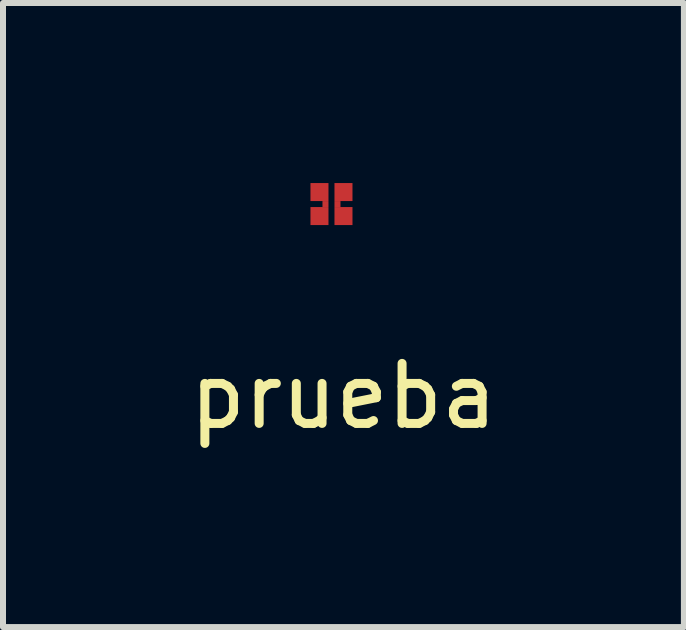
<source format=kicad_pcb>
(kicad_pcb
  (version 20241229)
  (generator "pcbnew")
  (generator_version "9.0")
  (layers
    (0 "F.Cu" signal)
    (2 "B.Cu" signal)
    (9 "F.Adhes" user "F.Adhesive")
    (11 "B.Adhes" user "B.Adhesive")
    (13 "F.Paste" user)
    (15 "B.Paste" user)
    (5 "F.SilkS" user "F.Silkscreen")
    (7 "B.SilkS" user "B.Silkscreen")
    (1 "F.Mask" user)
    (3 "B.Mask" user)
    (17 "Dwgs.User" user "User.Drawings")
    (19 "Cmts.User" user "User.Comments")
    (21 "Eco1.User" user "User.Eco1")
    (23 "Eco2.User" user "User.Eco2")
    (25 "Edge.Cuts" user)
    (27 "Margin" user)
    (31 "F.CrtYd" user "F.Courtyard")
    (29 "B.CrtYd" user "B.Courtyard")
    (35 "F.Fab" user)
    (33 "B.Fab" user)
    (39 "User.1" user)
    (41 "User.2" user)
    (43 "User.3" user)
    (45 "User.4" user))
  (footprint "prueba"
    (layer "F.Cu")
    (at 2.273 0.55)
    (property "Reference" "prueba" (at 0.4 3 0) (layer "F.SilkS") (effects (font (size 1 1) (thickness 0.15))))
    (attr through_hole)
    (pad "1" smd rect (at 0 -0.4) (size 0.3 0.3) (layers "F.Cu" "F.Mask" "F.Paste"))
    (pad "1" smd rect (at 0 0) (size 0.3 0.3) (layers "F.Cu" "F.Mask" "F.Paste"))
    (pad "1" smd rect (at 0.1 -0.2) (size 0.1 0.1) (layers "F.Cu" "F.Mask" "F.Paste"))
    (pad "1" smd rect (at 0.3 -0.2) (size 0.1 0.1) (layers "F.Cu" "F.Mask" "F.Paste"))
    (pad "1" smd rect (at 0.4 -0.4) (size 0.3 0.3) (layers "F.Cu" "F.Mask" "F.Paste"))
    (pad "1" smd rect (at 0.4 0) (size 0.3 0.3) (layers "F.Cu" "F.Mask" "F.Paste")))
  (gr_rect
    (start -3 -3)
    (end 8.345 7.398)
    (stroke (width 0.1) (type default))
    (fill no)
    (layer "Edge.Cuts")))
</source>
